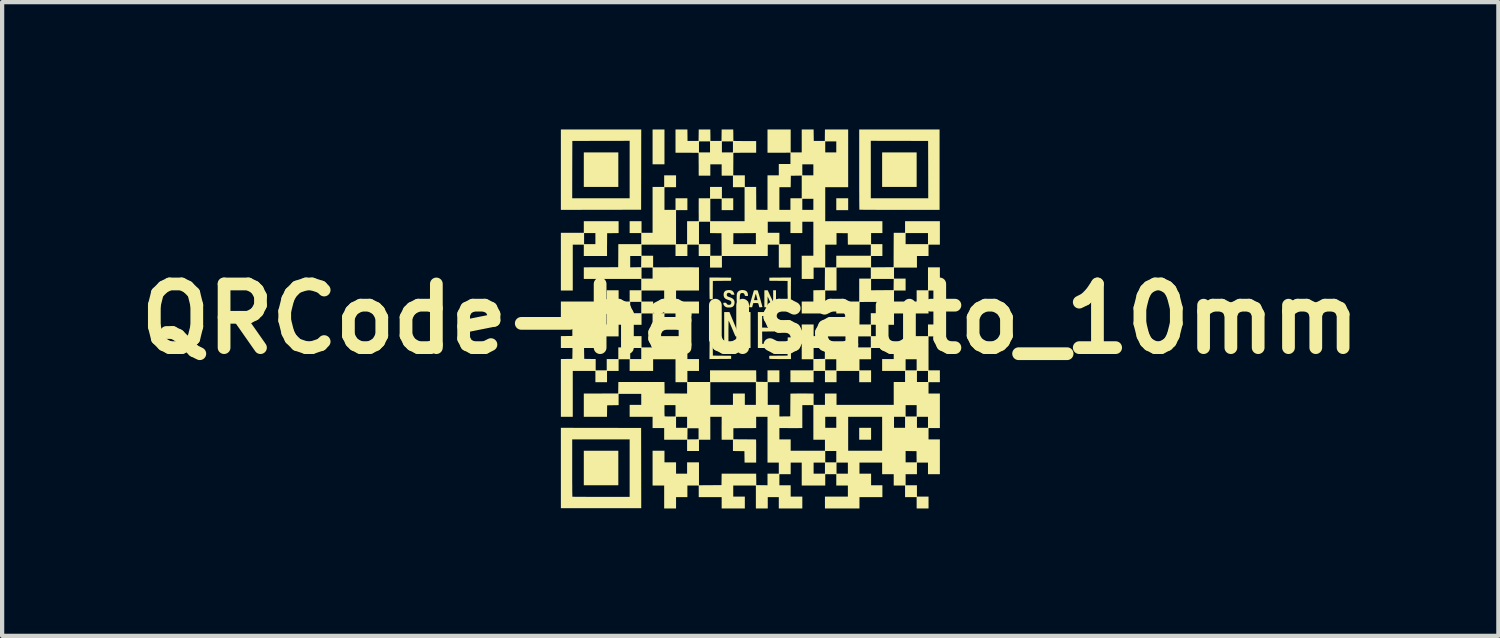
<source format=kicad_pcb>
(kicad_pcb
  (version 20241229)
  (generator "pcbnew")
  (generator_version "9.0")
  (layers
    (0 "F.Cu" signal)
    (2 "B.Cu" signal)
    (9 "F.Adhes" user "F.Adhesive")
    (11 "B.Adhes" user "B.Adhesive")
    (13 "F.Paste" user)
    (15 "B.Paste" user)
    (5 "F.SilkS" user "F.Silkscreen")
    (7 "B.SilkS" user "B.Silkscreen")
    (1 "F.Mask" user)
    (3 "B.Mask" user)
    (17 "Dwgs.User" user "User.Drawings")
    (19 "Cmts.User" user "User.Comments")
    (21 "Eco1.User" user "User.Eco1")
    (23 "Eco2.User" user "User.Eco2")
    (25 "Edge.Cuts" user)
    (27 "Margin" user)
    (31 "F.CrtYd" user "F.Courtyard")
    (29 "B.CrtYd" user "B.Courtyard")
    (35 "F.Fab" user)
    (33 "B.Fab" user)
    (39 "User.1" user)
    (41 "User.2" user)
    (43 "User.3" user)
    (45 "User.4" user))
  (footprint "QRCode-hausauto_10mm"
    (layer "F.Cu")
    (at 14.621 4.46)
    (property "Reference" "QRCode-hausauto_10mm" (at 0 0 0) (layer "F.SilkS") (effects (font (size 1.5 1.5) (thickness 0.3))))
    (attr board_only exclude_from_pos_files exclude_from_bom)
    (fp_poly (pts (xy -3.107 -3.513) (xy -3.107 -3.107) (xy -3.513 -3.107) (xy -3.92 -3.107) (xy -3.92 -3.513) (xy -3.92 -3.92) (xy -3.513 -3.92) (xy -3.107 -3.92)) (stroke (width 0) (type solid)) (fill yes) (layer "F.SilkS"))
    (fp_poly (pts (xy -3.107 3.513) (xy -3.107 3.92) (xy -3.513 3.92) (xy -3.92 3.92) (xy -3.92 3.513) (xy -3.92 3.107) (xy -3.513 3.107) (xy -3.107 3.107)) (stroke (width 0) (type solid)) (fill yes) (layer "F.SilkS"))
    (fp_poly (pts (xy -2.02 -4.05) (xy -2.02 -3.64) (xy -2.16 -3.64) (xy -2.3 -3.64) (xy -2.3 -4.05) (xy -2.3 -4.46) (xy -2.16 -4.46) (xy -2.02 -4.46)) (stroke (width 0) (type solid)) (fill yes) (layer "F.SilkS"))
    (fp_poly (pts (xy 2.307 -2.7) (xy 2.307 -2.56) (xy 2.167 -2.56) (xy 2.027 -2.56) (xy 2.027 -2.7) (xy 2.027 -2.84) (xy 2.167 -2.84) (xy 2.307 -2.84)) (stroke (width 0) (type solid)) (fill yes) (layer "F.SilkS"))
    (fp_poly (pts (xy 2.847 2.707) (xy 2.847 2.847) (xy 2.707 2.847) (xy 2.567 2.847) (xy 2.567 2.707) (xy 2.567 2.567) (xy 2.707 2.567) (xy 2.847 2.567)) (stroke (width 0) (type solid)) (fill yes) (layer "F.SilkS"))
    (fp_poly (pts (xy 3.92 -3.513) (xy 3.92 -3.107) (xy 3.513 -3.107) (xy 3.107 -3.107) (xy 3.107 -3.513) (xy 3.107 -3.92) (xy 3.513 -3.92) (xy 3.92 -3.92)) (stroke (width 0) (type solid)) (fill yes) (layer "F.SilkS"))
    (fp_poly (pts (xy -0.882 0.652) (xy -0.88 0.866) (xy -0.665 0.868) (xy -0.45 0.87) (xy -0.45 0.907) (xy -0.45 0.943) (xy -0.705 0.945) (xy -0.96 0.947) (xy -0.958 0.692) (xy -0.957 0.437) (xy -0.92 0.437) (xy -0.883 0.437)) (stroke (width 0) (type solid)) (fill yes) (layer "F.SilkS"))
    (fp_poly (pts (xy -2.568 -3.515) (xy -2.57 -2.57) (xy -3.515 -2.568) (xy -4.46 -2.567) (xy -4.46 -2.84) (xy -4.193 -2.84) (xy -3.517 -2.84) (xy -2.84 -2.84) (xy -2.84 -3.517) (xy -2.84 -4.193) (xy -3.515 -4.192) (xy -4.19 -4.19) (xy -4.192 -3.515) (xy -4.193 -2.84) (xy -4.46 -2.84) (xy -4.46 -3.513) (xy -4.46 -4.46) (xy -3.513 -4.46) (xy -2.567 -4.46)) (stroke (width 0) (type solid)) (fill yes) (layer "F.SilkS"))
    (fp_poly (pts (xy 0.958 -0.718) (xy 0.957 -0.463) (xy 0.923 -0.461) (xy 0.903 -0.461) (xy 0.889 -0.463) (xy 0.885 -0.464) (xy 0.884 -0.472) (xy 0.883 -0.491) (xy 0.882 -0.52) (xy 0.881 -0.558) (xy 0.88 -0.603) (xy 0.88 -0.653) (xy 0.88 -0.681) (xy 0.88 -0.893) (xy 0.665 -0.895) (xy 0.45 -0.897) (xy 0.45 -0.933) (xy 0.45 -0.97) (xy 0.705 -0.972) (xy 0.96 -0.973)) (stroke (width 0) (type solid)) (fill yes) (layer "F.SilkS"))
    (fp_poly (pts (xy -0.705 -0.972) (xy -0.45 -0.97) (xy -0.45 -0.933) (xy -0.45 -0.897) (xy -0.665 -0.895) (xy -0.88 -0.893) (xy -0.882 -0.678) (xy -0.883 -0.463) (xy -0.917 -0.461) (xy -0.937 -0.461) (xy -0.951 -0.463) (xy -0.955 -0.464) (xy -0.956 -0.472) (xy -0.957 -0.491) (xy -0.958 -0.521) (xy -0.959 -0.559) (xy -0.959 -0.605) (xy -0.96 -0.657) (xy -0.96 -0.713) (xy -0.96 -0.721) (xy -0.96 -0.973)) (stroke (width 0) (type solid)) (fill yes) (layer "F.SilkS"))
    (fp_poly (pts (xy 0.958 0.692) (xy 0.96 0.947) (xy 0.707 0.947) (xy 0.64 0.947) (xy 0.586 0.946) (xy 0.542 0.946) (xy 0.509 0.945) (xy 0.484 0.944) (xy 0.467 0.943) (xy 0.456 0.941) (xy 0.451 0.939) (xy 0.449 0.937) (xy 0.448 0.925) (xy 0.448 0.906) (xy 0.448 0.899) (xy 0.45 0.87) (xy 0.665 0.868) (xy 0.88 0.866) (xy 0.882 0.652) (xy 0.883 0.437) (xy 0.92 0.437) (xy 0.957 0.437)) (stroke (width 0) (type solid)) (fill yes) (layer "F.SilkS"))
    (fp_poly (pts (xy 0.613 -0.113) (xy 0.613 -0.067) (xy 0.447 -0.067) (xy 0.28 -0.067) (xy 0.28 0.07) (xy 0.28 0.206) (xy 0.425 0.208) (xy 0.57 0.21) (xy 0.57 0.253) (xy 0.57 0.297) (xy 0.425 0.298) (xy 0.28 0.3) (xy 0.282 0.445) (xy 0.283 0.59) (xy 0.452 0.592) (xy 0.62 0.594) (xy 0.62 0.64) (xy 0.62 0.687) (xy 0.4 0.687) (xy 0.18 0.687) (xy 0.18 0.263) (xy 0.18 -0.16) (xy 0.397 -0.16) (xy 0.613 -0.16)) (stroke (width 0) (type solid)) (fill yes) (layer "F.SilkS"))
    (fp_poly (pts (xy 0.47 -0.546) (xy 0.488 -0.508) (xy 0.504 -0.474) (xy 0.518 -0.447) (xy 0.528 -0.427) (xy 0.534 -0.417) (xy 0.535 -0.416) (xy 0.536 -0.421) (xy 0.538 -0.438) (xy 0.539 -0.464) (xy 0.54 -0.497) (xy 0.54 -0.537) (xy 0.54 -0.543) (xy 0.54 -0.673) (xy 0.573 -0.673) (xy 0.607 -0.673) (xy 0.607 -0.473) (xy 0.607 -0.273) (xy 0.568 -0.273) (xy 0.529 -0.273) (xy 0.47 -0.4) (xy 0.41 -0.527) (xy 0.408 -0.4) (xy 0.406 -0.273) (xy 0.37 -0.273) (xy 0.333 -0.273) (xy 0.333 -0.473) (xy 0.333 -0.673) (xy 0.372 -0.673) (xy 0.412 -0.673)) (stroke (width 0) (type solid)) (fill yes) (layer "F.SilkS"))
    (fp_poly (pts (xy -3.1 -2.16) (xy -3.1 -2.02) (xy -3.235 -2.018) (xy -3.37 -2.017) (xy -3.371 -1.883) (xy -3.372 -1.83) (xy -3.372 -1.769) (xy -3.373 -1.706) (xy -3.373 -1.647) (xy -3.373 -1.615) (xy -3.373 -1.48) (xy -3.647 -1.48) (xy -3.92 -1.48) (xy -3.92 -1.613) (xy -3.92 -1.747) (xy -4.05 -1.747) (xy -4.18 -1.747) (xy -4.18 -1.207) (xy -4.18 -0.667) (xy -4.32 -0.667) (xy -4.46 -0.667) (xy -4.46 -1.347) (xy -4.46 -2.02) (xy -3.913 -2.02) (xy -3.913 -1.89) (xy -3.913 -1.76) (xy -3.78 -1.76) (xy -3.647 -1.76) (xy -3.647 -1.89) (xy -3.647 -2.02) (xy -3.78 -2.02) (xy -3.913 -2.02) (xy -4.46 -2.02) (xy -4.46 -2.027) (xy -4.19 -2.027) (xy -3.92 -2.027) (xy -3.92 -2.163) (xy -3.92 -2.3) (xy -3.51 -2.3) (xy -3.1 -2.3)) (stroke (width 0) (type solid)) (fill yes) (layer "F.SilkS"))
    (fp_poly (pts (xy -3.515 2.568) (xy -2.57 2.57) (xy -2.568 3.515) (xy -2.567 4.46) (xy -3.513 4.46) (xy -4.46 4.46) (xy -4.46 3.513) (xy -4.46 2.84) (xy -4.193 2.84) (xy -4.193 3.512) (xy -4.193 3.606) (xy -4.193 3.696) (xy -4.193 3.781) (xy -4.193 3.86) (xy -4.192 3.933) (xy -4.192 3.999) (xy -4.192 4.056) (xy -4.191 4.105) (xy -4.19 4.143) (xy -4.19 4.17) (xy -4.189 4.186) (xy -4.189 4.189) (xy -4.182 4.19) (xy -4.162 4.19) (xy -4.131 4.191) (xy -4.089 4.191) (xy -4.038 4.192) (xy -3.977 4.192) (xy -3.909 4.192) (xy -3.834 4.193) (xy -3.752 4.193) (xy -3.665 4.193) (xy -3.574 4.193) (xy -3.512 4.193) (xy -2.84 4.193) (xy -2.84 3.517) (xy -2.84 2.84) (xy -3.517 2.84) (xy -4.193 2.84) (xy -4.46 2.84) (xy -4.46 2.567)) (stroke (width 0) (type solid)) (fill yes) (layer "F.SilkS"))
    (fp_poly (pts (xy 4.46 -3.513) (xy 4.46 -2.567) (xy 3.518 -2.567) (xy 3.407 -2.567) (xy 3.299 -2.567) (xy 3.196 -2.567) (xy 3.099 -2.567) (xy 3.007 -2.567) (xy 2.922 -2.568) (xy 2.844 -2.568) (xy 2.774 -2.568) (xy 2.714 -2.569) (xy 2.663 -2.569) (xy 2.622 -2.57) (xy 2.593 -2.57) (xy 2.576 -2.571) (xy 2.571 -2.571) (xy 2.571 -2.578) (xy 2.57 -2.598) (xy 2.57 -2.629) (xy 2.569 -2.672) (xy 2.569 -2.725) (xy 2.568 -2.787) (xy 2.568 -2.858) (xy 2.568 -2.938) (xy 2.567 -3.024) (xy 2.567 -3.117) (xy 2.567 -3.216) (xy 2.567 -3.32) (xy 2.567 -3.428) (xy 2.567 -3.518) (xy 2.567 -4.193) (xy 2.84 -4.193) (xy 2.84 -3.517) (xy 2.84 -2.84) (xy 3.517 -2.84) (xy 4.193 -2.84) (xy 4.192 -3.515) (xy 4.19 -4.19) (xy 3.515 -4.192) (xy 2.84 -4.193) (xy 2.567 -4.193) (xy 2.567 -4.46) (xy 3.513 -4.46) (xy 4.46 -4.46)) (stroke (width 0) (type solid)) (fill yes) (layer "F.SilkS"))
    (fp_poly (pts (xy -0.166 -0.678) (xy -0.124 -0.67) (xy -0.091 -0.653) (xy -0.069 -0.627) (xy -0.057 -0.593) (xy -0.055 -0.576) (xy -0.052 -0.54) (xy -0.089 -0.54) (xy -0.11 -0.54) (xy -0.122 -0.543) (xy -0.127 -0.549) (xy -0.13 -0.562) (xy -0.13 -0.563) (xy -0.14 -0.589) (xy -0.159 -0.604) (xy -0.185 -0.609) (xy -0.187 -0.609) (xy -0.207 -0.607) (xy -0.221 -0.601) (xy -0.223 -0.6) (xy -0.234 -0.585) (xy -0.241 -0.56) (xy -0.245 -0.523) (xy -0.246 -0.474) (xy -0.246 -0.473) (xy -0.245 -0.426) (xy -0.242 -0.39) (xy -0.236 -0.365) (xy -0.228 -0.348) (xy -0.222 -0.343) (xy -0.205 -0.336) (xy -0.182 -0.334) (xy -0.16 -0.336) (xy -0.157 -0.337) (xy -0.145 -0.347) (xy -0.134 -0.365) (xy -0.128 -0.385) (xy -0.127 -0.393) (xy -0.125 -0.401) (xy -0.12 -0.405) (xy -0.107 -0.406) (xy -0.088 -0.405) (xy -0.05 -0.403) (xy -0.052 -0.38) (xy -0.061 -0.338) (xy -0.079 -0.305) (xy -0.106 -0.282) (xy -0.122 -0.274) (xy -0.151 -0.267) (xy -0.186 -0.266) (xy -0.222 -0.27) (xy -0.253 -0.278) (xy -0.26 -0.282) (xy -0.279 -0.293) (xy -0.293 -0.306) (xy -0.303 -0.322) (xy -0.31 -0.344) (xy -0.315 -0.374) (xy -0.317 -0.413) (xy -0.319 -0.458) (xy -0.319 -0.506) (xy -0.318 -0.547) (xy -0.316 -0.577) (xy -0.313 -0.594) (xy -0.298 -0.628) (xy -0.272 -0.654) (xy -0.238 -0.671) (xy -0.197 -0.679)) (stroke (width 0) (type solid)) (fill yes) (layer "F.SilkS"))
    (fp_poly (pts (xy 0.152 -0.673) (xy 0.169 -0.67) (xy 0.176 -0.668) (xy 0.179 -0.66) (xy 0.185 -0.641) (xy 0.193 -0.613) (xy 0.204 -0.578) (xy 0.215 -0.538) (xy 0.228 -0.496) (xy 0.24 -0.452) (xy 0.252 -0.41) (xy 0.263 -0.37) (xy 0.273 -0.336) (xy 0.28 -0.308) (xy 0.285 -0.29) (xy 0.287 -0.282) (xy 0.282 -0.277) (xy 0.267 -0.274) (xy 0.25 -0.273) (xy 0.214 -0.273) (xy 0.207 -0.299) (xy 0.201 -0.322) (xy 0.196 -0.344) (xy 0.196 -0.345) (xy 0.192 -0.359) (xy 0.184 -0.367) (xy 0.169 -0.371) (xy 0.146 -0.373) (xy 0.117 -0.372) (xy 0.071 -0.37) (xy 0.058 -0.322) (xy 0.045 -0.273) (xy 0.009 -0.273) (xy -0.012 -0.274) (xy -0.022 -0.276) (xy -0.025 -0.281) (xy -0.024 -0.285) (xy -0.022 -0.294) (xy -0.016 -0.313) (xy -0.008 -0.342) (xy 0.002 -0.377) (xy 0.014 -0.418) (xy 0.02 -0.44) (xy 0.089 -0.44) (xy 0.131 -0.44) (xy 0.172 -0.44) (xy 0.153 -0.514) (xy 0.146 -0.543) (xy 0.139 -0.568) (xy 0.134 -0.585) (xy 0.132 -0.591) (xy 0.129 -0.586) (xy 0.124 -0.57) (xy 0.117 -0.547) (xy 0.109 -0.517) (xy 0.109 -0.517) (xy 0.089 -0.44) (xy 0.02 -0.44) (xy 0.026 -0.461) (xy 0.039 -0.506) (xy 0.052 -0.55) (xy 0.064 -0.591) (xy 0.074 -0.627) (xy 0.081 -0.652) (xy 0.085 -0.663) (xy 0.091 -0.67) (xy 0.101 -0.673) (xy 0.12 -0.673) (xy 0.13 -0.673)) (stroke (width 0) (type solid)) (fill yes) (layer "F.SilkS"))
    (fp_poly (pts (xy -0.454 -0.673) (xy -0.428 -0.664) (xy -0.428 -0.663) (xy -0.401 -0.64) (xy -0.383 -0.608) (xy -0.377 -0.588) (xy -0.372 -0.567) (xy -0.409 -0.567) (xy -0.431 -0.568) (xy -0.444 -0.571) (xy -0.447 -0.574) (xy -0.451 -0.583) (xy -0.462 -0.596) (xy -0.463 -0.597) (xy -0.484 -0.61) (xy -0.506 -0.614) (xy -0.527 -0.61) (xy -0.544 -0.597) (xy -0.553 -0.578) (xy -0.553 -0.571) (xy -0.551 -0.551) (xy -0.542 -0.536) (xy -0.525 -0.524) (xy -0.496 -0.513) (xy -0.495 -0.513) (xy -0.451 -0.497) (xy -0.418 -0.479) (xy -0.394 -0.46) (xy -0.379 -0.436) (xy -0.37 -0.408) (xy -0.37 -0.405) (xy -0.369 -0.375) (xy -0.375 -0.343) (xy -0.386 -0.315) (xy -0.399 -0.298) (xy -0.419 -0.282) (xy -0.441 -0.273) (xy -0.471 -0.268) (xy -0.503 -0.267) (xy -0.534 -0.268) (xy -0.558 -0.272) (xy -0.579 -0.281) (xy -0.58 -0.282) (xy -0.606 -0.302) (xy -0.625 -0.328) (xy -0.633 -0.357) (xy -0.633 -0.362) (xy -0.632 -0.372) (xy -0.628 -0.378) (xy -0.615 -0.38) (xy -0.6 -0.38) (xy -0.579 -0.379) (xy -0.568 -0.375) (xy -0.562 -0.367) (xy -0.561 -0.365) (xy -0.546 -0.344) (xy -0.524 -0.332) (xy -0.496 -0.329) (xy -0.476 -0.333) (xy -0.458 -0.344) (xy -0.448 -0.361) (xy -0.445 -0.388) (xy -0.445 -0.39) (xy -0.45 -0.409) (xy -0.465 -0.424) (xy -0.49 -0.437) (xy -0.512 -0.444) (xy -0.557 -0.46) (xy -0.59 -0.479) (xy -0.611 -0.503) (xy -0.623 -0.533) (xy -0.627 -0.566) (xy -0.623 -0.605) (xy -0.61 -0.635) (xy -0.587 -0.657) (xy -0.582 -0.661) (xy -0.556 -0.671) (xy -0.523 -0.677) (xy -0.487 -0.678)) (stroke (width 0) (type solid)) (fill yes) (layer "F.SilkS"))
    (fp_poly (pts (xy -0.4 0.057) (xy -0.379 0.108) (xy -0.359 0.155) (xy -0.342 0.197) (xy -0.327 0.233) (xy -0.315 0.26) (xy -0.307 0.278) (xy -0.304 0.284) (xy -0.3 0.284) (xy -0.295 0.276) (xy -0.286 0.26) (xy -0.274 0.235) (xy -0.259 0.201) (xy -0.24 0.155) (xy -0.221 0.108) (xy -0.2 0.059) (xy -0.181 0.012) (xy -0.163 -0.031) (xy -0.148 -0.068) (xy -0.135 -0.097) (xy -0.127 -0.116) (xy -0.126 -0.118) (xy -0.107 -0.16) (xy -0.05 -0.16) (xy 0.007 -0.16) (xy 0.007 0.263) (xy 0.007 0.687) (xy -0.043 0.687) (xy -0.093 0.687) (xy -0.094 0.355) (xy -0.094 0.279) (xy -0.094 0.216) (xy -0.095 0.164) (xy -0.095 0.123) (xy -0.096 0.091) (xy -0.097 0.068) (xy -0.098 0.053) (xy -0.099 0.043) (xy -0.101 0.04) (xy -0.103 0.042) (xy -0.103 0.043) (xy -0.108 0.055) (xy -0.118 0.076) (xy -0.131 0.107) (xy -0.146 0.144) (xy -0.164 0.187) (xy -0.184 0.232) (xy -0.185 0.237) (xy -0.258 0.41) (xy -0.303 0.412) (xy -0.347 0.414) (xy -0.364 0.375) (xy -0.372 0.358) (xy -0.384 0.33) (xy -0.398 0.295) (xy -0.415 0.255) (xy -0.433 0.212) (xy -0.441 0.193) (xy -0.459 0.152) (xy -0.474 0.115) (xy -0.488 0.084) (xy -0.499 0.061) (xy -0.505 0.047) (xy -0.507 0.044) (xy -0.509 0.049) (xy -0.51 0.066) (xy -0.511 0.095) (xy -0.512 0.135) (xy -0.512 0.185) (xy -0.513 0.244) (xy -0.513 0.31) (xy -0.513 0.362) (xy -0.513 0.687) (xy -0.563 0.687) (xy -0.613 0.687) (xy -0.613 0.263) (xy -0.613 -0.16) (xy -0.552 -0.16) (xy -0.49 -0.16)) (stroke (width 0) (type solid)) (fill yes) (layer "F.SilkS"))
    (fp_poly (pts (xy -1.478 -4.325) (xy -1.477 -4.19) (xy -1.347 -4.19) (xy -1.217 -4.19) (xy -1.215 -4.325) (xy -1.213 -4.46) (xy -1.077 -4.46) (xy -0.94 -4.46) (xy -0.938 -4.325) (xy -0.937 -4.19) (xy -0.807 -4.19) (xy -0.677 -4.19) (xy -0.675 -4.325) (xy -0.673 -4.46) (xy -0.537 -4.46) (xy -0.4 -4.46) (xy -0.398 -4.325) (xy -0.397 -4.19) (xy -0.263 -4.189) (xy -0.21 -4.188) (xy -0.149 -4.188) (xy -0.086 -4.187) (xy -0.027 -4.187) (xy 0.005 -4.187) (xy 0.14 -4.187) (xy 0.14 -4.05) (xy 0.14 -3.913) (xy 0.005 -3.913) (xy -0.049 -3.913) (xy -0.11 -3.913) (xy -0.173 -3.912) (xy -0.232 -3.912) (xy -0.263 -3.911) (xy -0.397 -3.91) (xy -0.398 -3.645) (xy -0.4 -3.38) (xy -0.263 -3.38) (xy -0.127 -3.38) (xy -0.127 -3.243) (xy -0.127 -3.107) (xy 0.007 -3.107) (xy 0.14 -3.107) (xy 0.14 -2.972) (xy 0.141 -2.918) (xy 0.141 -2.857) (xy 0.141 -2.794) (xy 0.142 -2.735) (xy 0.142 -2.703) (xy 0.143 -2.57) (xy 0.275 -2.568) (xy 0.407 -2.566) (xy 0.407 -2.567) (xy 0.687 -2.567) (xy 0.817 -2.567) (xy 0.947 -2.567) (xy 0.947 -2.703) (xy 0.947 -2.827) (xy 1.227 -2.827) (xy 1.227 -2.697) (xy 1.227 -2.567) (xy 1.357 -2.567) (xy 1.487 -2.567) (xy 1.487 -2.697) (xy 1.487 -2.827) (xy 1.357 -2.827) (xy 1.227 -2.827) (xy 0.947 -2.827) (xy 0.947 -2.84) (xy 1.08 -2.84) (xy 1.213 -2.84) (xy 1.213 -3.107) (xy 1.213 -3.374) (xy 1.085 -3.372) (xy 0.957 -3.37) (xy 0.955 -3.235) (xy 0.953 -3.1) (xy 0.82 -3.1) (xy 0.687 -3.1) (xy 0.687 -2.833) (xy 0.687 -2.567) (xy 0.407 -2.567) (xy 0.407 -2.973) (xy 0.407 -3.38) (xy 0.54 -3.38) (xy 0.673 -3.38) (xy 0.673 -3.513) (xy 0.673 -3.64) (xy 1.227 -3.64) (xy 1.227 -3.51) (xy 1.227 -3.38) (xy 1.357 -3.38) (xy 1.487 -3.38) (xy 1.487 -3.51) (xy 1.487 -3.64) (xy 1.357 -3.64) (xy 1.227 -3.64) (xy 0.673 -3.64) (xy 0.673 -3.647) (xy 0.81 -3.647) (xy 0.947 -3.647) (xy 0.947 -3.78) (xy 0.947 -3.914) (xy 0.812 -3.913) (xy 0.758 -3.913) (xy 0.696 -3.913) (xy 0.633 -3.913) (xy 0.573 -3.913) (xy 0.542 -3.913) (xy 0.407 -3.913) (xy 0.407 -4.187) (xy 0.407 -4.46) (xy 0.68 -4.46) (xy 0.953 -4.46) (xy 0.953 -4.19) (xy 0.953 -3.92) (xy 1.083 -3.92) (xy 1.213 -3.92) (xy 1.213 -4.18) (xy 1.767 -4.18) (xy 1.767 -4.05) (xy 1.767 -3.92) (xy 1.897 -3.92) (xy 2.027 -3.92) (xy 2.027 -4.05) (xy 2.027 -4.18) (xy 1.897 -4.18) (xy 1.767 -4.18) (xy 1.213 -4.18) (xy 1.213 -4.19) (xy 1.213 -4.46) (xy 1.353 -4.46) (xy 1.493 -4.46) (xy 1.495 -4.325) (xy 1.497 -4.19) (xy 1.627 -4.19) (xy 1.757 -4.19) (xy 1.758 -4.325) (xy 1.76 -4.46) (xy 2.033 -4.46) (xy 2.307 -4.46) (xy 2.307 -3.78) (xy 2.307 -3.1) (xy 2.037 -3.1) (xy 1.767 -3.1) (xy 1.767 -2.7) (xy 1.767 -2.3) (xy 2.44 -2.3) (xy 3.113 -2.3) (xy 3.113 -2.16) (xy 3.113 -2.02) (xy 2.98 -2.02) (xy 2.847 -2.02) (xy 2.847 -1.89) (xy 2.847 -1.76) (xy 2.98 -1.76) (xy 3.113 -1.76) (xy 3.113 -1.62) (xy 3.113 -1.48) (xy 2.98 -1.48) (xy 2.847 -1.48) (xy 2.847 -1.347) (xy 2.847 -1.213) (xy 3.112 -1.215) (xy 3.377 -1.217) (xy 3.378 -1.622) (xy 3.38 -2.02) (xy 3.66 -2.02) (xy 3.66 -1.89) (xy 3.66 -1.76) (xy 3.923 -1.76) (xy 4.187 -1.76) (xy 4.187 -1.89) (xy 4.187 -2.02) (xy 3.923 -2.02) (xy 3.66 -2.02) (xy 3.38 -2.02) (xy 3.38 -2.027) (xy 3.513 -2.027) (xy 3.647 -2.027) (xy 3.647 -2.163) (xy 3.647 -2.3) (xy 4.057 -2.3) (xy 4.467 -2.3) (xy 4.467 -2.023) (xy 4.467 -1.747) (xy 4.333 -1.747) (xy 4.2 -1.747) (xy 4.2 -1.613) (xy 4.2 -1.48) (xy 4.063 -1.48) (xy 3.927 -1.48) (xy 3.927 -1.343) (xy 3.927 -1.207) (xy 3.657 -1.207) (xy 3.387 -1.207) (xy 3.387 -1.077) (xy 3.387 -0.947) (xy 3.523 -0.947) (xy 3.66 -0.947) (xy 3.66 -0.807) (xy 3.66 -0.667) (xy 3.523 -0.667) (xy 3.387 -0.667) (xy 3.387 -0.537) (xy 3.387 -0.407) (xy 3.653 -0.407) (xy 3.92 -0.407) (xy 3.92 -0.54) (xy 3.92 -0.673) (xy 4.053 -0.673) (xy 4.187 -0.673) (xy 4.187 -0.943) (xy 4.187 -1.213) (xy 4.327 -1.213) (xy 4.467 -1.213) (xy 4.467 -0.94) (xy 4.467 -0.667) (xy 4.333 -0.667) (xy 4.2 -0.667) (xy 4.2 -0.397) (xy 4.2 -0.127) (xy 3.793 -0.127) (xy 3.387 -0.127) (xy 3.387 0.007) (xy 3.387 0.14) (xy 3.252 0.14) (xy 3.198 0.14) (xy 3.136 0.14) (xy 3.073 0.14) (xy 3.013 0.14) (xy 2.982 0.14) (xy 2.847 0.139) (xy 2.847 0.273) (xy 2.847 0.407) (xy 2.98 0.407) (xy 3.113 0.407) (xy 3.113 0.547) (xy 3.113 0.687) (xy 2.98 0.687) (xy 2.847 0.687) (xy 2.847 0.82) (xy 2.847 0.953) (xy 2.71 0.953) (xy 2.573 0.953) (xy 2.573 1.083) (xy 2.573 1.213) (xy 2.71 1.213) (xy 2.847 1.213) (xy 2.847 1.353) (xy 2.847 1.493) (xy 2.707 1.493) (xy 2.567 1.493) (xy 2.567 1.36) (xy 2.567 1.227) (xy 2.3 1.227) (xy 2.033 1.227) (xy 2.033 1.36) (xy 2.033 1.493) (xy 1.897 1.493) (xy 1.76 1.493) (xy 1.76 1.36) (xy 1.76 1.227) (xy 1.627 1.227) (xy 1.493 1.227) (xy 1.493 1.36) (xy 1.493 1.493) (xy 1.22 1.493) (xy 0.947 1.493) (xy 0.947 1.353) (xy 0.947 1.213) (xy 1.217 1.213) (xy 1.487 1.213) (xy 1.487 1.083) (xy 1.487 0.953) (xy 1.767 0.953) (xy 1.767 1.083) (xy 1.767 1.213) (xy 1.897 1.213) (xy 2.027 1.213) (xy 2.027 1.083) (xy 2.027 0.953) (xy 1.897 0.953) (xy 1.767 0.953) (xy 1.487 0.953) (xy 1.35 0.953) (xy 1.213 0.953) (xy 1.213 0.687) (xy 1.493 0.687) (xy 1.493 0.817) (xy 1.493 0.947) (xy 1.625 0.945) (xy 1.757 0.943) (xy 1.758 0.815) (xy 1.76 0.687) (xy 1.627 0.687) (xy 1.493 0.687) (xy 1.213 0.687) (xy 1.213 0.543) (xy 1.213 0.413) (xy 1.767 0.413) (xy 1.767 0.543) (xy 1.767 0.673) (xy 2.303 0.673) (xy 2.84 0.673) (xy 2.84 0.543) (xy 2.84 0.413) (xy 2.303 0.413) (xy 1.767 0.413) (xy 1.213 0.413) (xy 1.213 0.133) (xy 1.353 0.133) (xy 1.493 0.133) (xy 1.493 0.27) (xy 1.493 0.407) (xy 1.625 0.405) (xy 1.757 0.403) (xy 1.758 0.268) (xy 1.76 0.133) (xy 2.03 0.133) (xy 2.3 0.133) (xy 2.573 0.133) (xy 2.707 0.133) (xy 2.84 0.133) (xy 2.84 0) (xy 2.84 -0.133) (xy 2.973 -0.133) (xy 3.107 -0.133) (xy 3.107 -0.267) (xy 3.107 -0.4) (xy 2.842 -0.398) (xy 2.577 -0.397) (xy 2.575 -0.132) (xy 2.573 0.133) (xy 2.3 0.133) (xy 2.3 0.003) (xy 2.3 -0.127) (xy 2.163 -0.127) (xy 2.027 -0.127) (xy 2.027 -0.267) (xy 2.027 -0.407) (xy 2.297 -0.407) (xy 2.567 -0.407) (xy 2.567 -0.677) (xy 2.567 -0.94) (xy 2.847 -0.94) (xy 2.847 -0.807) (xy 2.847 -0.673) (xy 3.112 -0.675) (xy 3.377 -0.677) (xy 3.378 -0.808) (xy 3.38 -0.94) (xy 3.113 -0.94) (xy 2.847 -0.94) (xy 2.567 -0.94) (xy 2.567 -0.947) (xy 2.703 -0.947) (xy 2.84 -0.947) (xy 2.84 -1.077) (xy 2.84 -1.207) (xy 2.437 -1.207) (xy 2.033 -1.207) (xy 2.033 -0.937) (xy 2.033 -0.667) (xy 1.9 -0.667) (xy 1.767 -0.667) (xy 1.767 -0.397) (xy 1.767 -0.127) (xy 1.49 -0.127) (xy 1.213 -0.127) (xy 1.213 -0.267) (xy 1.213 -0.407) (xy 1.35 -0.407) (xy 1.487 -0.407) (xy 1.487 -0.54) (xy 1.487 -0.673) (xy 1.622 -0.675) (xy 1.757 -0.677) (xy 1.758 -0.942) (xy 1.76 -1.207) (xy 1.627 -1.207) (xy 1.493 -1.207) (xy 1.493 -1.073) (xy 1.493 -0.94) (xy 1.353 -0.94) (xy 1.213 -0.94) (xy 1.213 -1.213) (xy 1.767 -1.213) (xy 1.897 -1.213) (xy 2.027 -1.213) (xy 2.027 -1.35) (xy 2.027 -1.487) (xy 2.433 -1.487) (xy 2.84 -1.487) (xy 2.84 -1.617) (xy 2.84 -1.747) (xy 2.57 -1.747) (xy 2.3 -1.747) (xy 2.298 -1.882) (xy 2.297 -2.017) (xy 2.165 -2.018) (xy 2.033 -2.02) (xy 2.033 -1.883) (xy 2.033 -1.747) (xy 1.9 -1.747) (xy 1.767 -1.747) (xy 1.767 -1.48) (xy 1.767 -1.213) (xy 1.213 -1.213) (xy 1.213 -1.487) (xy 1.35 -1.487) (xy 1.487 -1.487) (xy 1.487 -1.887) (xy 1.487 -2.287) (xy 1.357 -2.287) (xy 1.227 -2.287) (xy 1.227 -2.153) (xy 1.227 -2.02) (xy 1.087 -2.02) (xy 0.947 -2.02) (xy 0.947 -2.153) (xy 0.947 -2.287) (xy 0.68 -2.287) (xy 0.413 -2.287) (xy 0.413 -2.157) (xy 0.413 -2.027) (xy 0.55 -2.027) (xy 0.687 -2.027) (xy 0.687 -1.893) (xy 0.687 -1.76) (xy 0.82 -1.76) (xy 0.953 -1.76) (xy 0.953 -1.483) (xy 0.953 -1.207) (xy 0.813 -1.207) (xy 0.673 -1.207) (xy 0.673 -1.477) (xy 0.673 -1.747) (xy 0.543 -1.747) (xy 0.413 -1.747) (xy 0.413 -1.613) (xy 0.413 -1.48) (xy -0.127 -1.48) (xy -0.667 -1.48) (xy -0.667 -1.343) (xy -0.667 -1.207) (xy -0.807 -1.207) (xy -0.947 -1.207) (xy -0.947 -1.343) (xy -0.947 -1.48) (xy -1.08 -1.48) (xy -1.213 -1.48) (xy -1.213 -1.613) (xy -1.213 -1.747) (xy -1.347 -1.747) (xy -1.48 -1.747) (xy -1.48 -1.613) (xy -1.48 -1.48) (xy -1.62 -1.48) (xy -1.76 -1.48) (xy -1.76 -1.613) (xy -1.76 -1.747) (xy -2.16 -1.747) (xy -2.56 -1.747) (xy -2.56 -1.617) (xy -2.56 -1.487) (xy -2.423 -1.487) (xy -2.287 -1.487) (xy -2.287 -1.35) (xy -2.287 -1.213) (xy -1.882 -1.214) (xy -1.804 -1.214) (xy -1.727 -1.214) (xy -1.652 -1.214) (xy -1.58 -1.214) (xy -1.514 -1.214) (xy -1.454 -1.214) (xy -1.404 -1.214) (xy -1.363 -1.214) (xy -1.342 -1.214) (xy -1.207 -1.213) (xy -1.207 -0.94) (xy -1.207 -0.667) (xy -1.477 -0.667) (xy -1.747 -0.667) (xy -1.747 -0.537) (xy -1.747 -0.407) (xy -1.477 -0.407) (xy -1.207 -0.407) (xy -1.207 -0.267) (xy -1.207 -0.127) (xy -1.343 -0.127) (xy -1.48 -0.127) (xy -1.48 0.007) (xy -1.48 0.14) (xy -1.62 0.14) (xy -1.76 0.14) (xy -1.76 0.007) (xy -1.76 -0.127) (xy -1.89 -0.127) (xy -2.02 -0.127) (xy -2.02 0.007) (xy -2.02 0.14) (xy -2.16 0.14) (xy -2.3 0.14) (xy -2.3 0.007) (xy -2.3 -0.127) (xy -2.43 -0.127) (xy -2.56 -0.127) (xy -2.56 0.007) (xy -2.56 0.14) (xy -2.695 0.14) (xy -2.749 0.14) (xy -2.811 0.14) (xy -2.874 0.14) (xy -2.933 0.14) (xy -2.965 0.14) (xy -3.1 0.139) (xy -3.1 0.276) (xy -3.1 0.413) (xy -3.37 0.413) (xy -3.64 0.413) (xy -3.64 0.55) (xy -3.64 0.687) (xy -3.777 0.687) (xy -3.914 0.687) (xy -3.912 0.815) (xy -3.91 0.943) (xy -3.775 0.945) (xy -3.64 0.947) (xy -3.64 1.08) (xy -3.64 1.213) (xy -3.51 1.213) (xy -3.38 1.213) (xy -3.38 1.08) (xy -3.38 0.947) (xy -3.243 0.947) (xy -3.107 0.947) (xy -3.107 0.81) (xy -3.107 0.687) (xy -2.827 0.687) (xy -2.827 0.817) (xy -2.827 0.947) (xy -2.697 0.947) (xy -2.567 0.947) (xy -2.567 0.817) (xy -2.567 0.687) (xy -2.697 0.687) (xy -2.827 0.687) (xy -3.107 0.687) (xy -3.107 0.673) (xy -2.973 0.673) (xy -2.84 0.673) (xy -2.84 0.54) (xy -2.84 0.407) (xy -2.7 0.407) (xy -2.56 0.407) (xy -2.56 0.54) (xy -2.56 0.673) (xy -2.43 0.673) (xy -2.3 0.673) (xy -2.3 0.54) (xy -2.3 0.407) (xy -1.89 0.407) (xy -1.48 0.407) (xy -1.48 0.677) (xy -1.48 0.947) (xy -1.343 0.947) (xy -1.207 0.947) (xy -1.207 1.087) (xy -1.207 1.227) (xy -1.343 1.227) (xy -1.48 1.227) (xy -1.48 1.357) (xy -1.48 1.487) (xy -1.213 1.487) (xy -0.947 1.487) (xy -0.947 1.35) (xy -0.947 1.213) (xy -0.403 1.213) (xy 0.14 1.213) (xy 0.142 1.348) (xy 0.143 1.483) (xy 0.275 1.485) (xy 0.407 1.487) (xy 0.407 1.35) (xy 0.407 1.213) (xy 0.547 1.213) (xy 0.687 1.213) (xy 0.687 1.353) (xy 0.687 1.493) (xy 0.55 1.493) (xy 0.413 1.493) (xy 0.413 1.76) (xy 0.413 2.027) (xy 0.55 2.027) (xy 0.687 2.027) (xy 0.687 2.163) (xy 0.687 2.3) (xy 0.815 2.298) (xy 0.943 2.297) (xy 0.945 2.029) (xy 0.947 1.761) (xy 1.083 1.759) (xy 1.138 1.758) (xy 1.2 1.758) (xy 1.263 1.758) (xy 1.323 1.758) (xy 1.357 1.759) (xy 1.493 1.761) (xy 1.493 1.894) (xy 1.493 2.027) (xy 1.627 2.027) (xy 1.76 2.027) (xy 1.76 1.893) (xy 1.76 1.76) (xy 1.897 1.76) (xy 2.033 1.76) (xy 2.033 1.893) (xy 2.033 2.027) (xy 2.707 2.027) (xy 3.38 2.027) (xy 3.38 1.757) (xy 3.38 1.487) (xy 3.513 1.487) (xy 3.647 1.487) (xy 3.647 1.357) (xy 3.647 1.227) (xy 3.927 1.227) (xy 3.927 1.357) (xy 3.927 1.487) (xy 4.057 1.487) (xy 4.187 1.487) (xy 4.187 1.357) (xy 4.187 1.227) (xy 4.057 1.227) (xy 3.927 1.227) (xy 3.647 1.227) (xy 3.377 1.227) (xy 3.107 1.227) (xy 3.107 1.087) (xy 3.107 0.953) (xy 3.66 0.953) (xy 3.66 1.083) (xy 3.66 1.213) (xy 3.79 1.213) (xy 3.92 1.213) (xy 3.92 1.083) (xy 3.92 0.953) (xy 3.79 0.953) (xy 3.66 0.953) (xy 3.107 0.953) (xy 3.107 0.947) (xy 3.243 0.947) (xy 3.38 0.947) (xy 3.38 0.81) (xy 3.38 0.673) (xy 3.513 0.673) (xy 3.647 0.673) (xy 3.647 0.54) (xy 3.647 0.407) (xy 3.917 0.407) (xy 4.187 0.407) (xy 4.187 0.27) (xy 4.187 0.133) (xy 4.327 0.133) (xy 4.467 0.133) (xy 4.467 0.273) (xy 4.467 0.413) (xy 4.333 0.413) (xy 4.2 0.413) (xy 4.2 0.813) (xy 4.2 1.213) (xy 4.333 1.213) (xy 4.467 1.213) (xy 4.467 1.353) (xy 4.467 1.493) (xy 4.333 1.493) (xy 4.2 1.493) (xy 4.2 1.627) (xy 4.2 1.76) (xy 4.333 1.76) (xy 4.467 1.76) (xy 4.467 2.167) (xy 4.467 2.573) (xy 4.333 2.573) (xy 4.2 2.573) (xy 4.2 2.707) (xy 4.2 2.84) (xy 4.333 2.84) (xy 4.467 2.84) (xy 4.467 3.25) (xy 4.467 3.66) (xy 4.327 3.66) (xy 4.187 3.66) (xy 4.187 3.523) (xy 4.187 3.387) (xy 4.057 3.387) (xy 3.927 3.387) (xy 3.927 3.523) (xy 3.927 3.66) (xy 3.793 3.66) (xy 3.66 3.66) (xy 3.66 3.79) (xy 3.66 3.92) (xy 3.793 3.92) (xy 3.927 3.92) (xy 3.927 4.053) (xy 3.927 4.187) (xy 4.063 4.187) (xy 4.2 4.187) (xy 4.2 4.327) (xy 4.2 4.467) (xy 4.06 4.467) (xy 3.92 4.467) (xy 3.92 4.333) (xy 3.92 4.2) (xy 3.783 4.2) (xy 3.647 4.2) (xy 3.647 4.063) (xy 3.647 3.927) (xy 3.513 3.927) (xy 3.38 3.927) (xy 3.38 3.793) (xy 3.38 3.66) (xy 3.243 3.66) (xy 3.107 3.66) (xy 3.107 3.523) (xy 3.107 3.387) (xy 2.84 3.387) (xy 2.573 3.387) (xy 2.573 3.517) (xy 2.573 3.647) (xy 2.71 3.647) (xy 2.847 3.647) (xy 2.847 3.783) (xy 2.847 3.92) (xy 2.98 3.92) (xy 3.113 3.92) (xy 3.113 4.06) (xy 3.113 4.2) (xy 2.843 4.2) (xy 2.573 4.2) (xy 2.573 4.333) (xy 2.573 4.467) (xy 2.167 4.467) (xy 1.76 4.467) (xy 1.76 4.327) (xy 1.76 4.187) (xy 2.03 4.187) (xy 2.3 4.187) (xy 2.3 4.057) (xy 2.3 3.927) (xy 2.163 3.927) (xy 2.027 3.927) (xy 2.027 3.793) (xy 2.027 3.66) (xy 1.897 3.66) (xy 1.767 3.66) (xy 1.767 3.793) (xy 1.767 3.927) (xy 1.49 3.927) (xy 1.213 3.927) (xy 1.213 3.657) (xy 1.213 3.387) (xy 1.493 3.387) (xy 1.493 3.517) (xy 1.493 3.647) (xy 1.627 3.647) (xy 1.76 3.647) (xy 1.76 3.517) (xy 1.76 3.387) (xy 2.033 3.387) (xy 2.033 3.517) (xy 2.033 3.647) (xy 2.167 3.647) (xy 2.3 3.647) (xy 2.3 3.517) (xy 2.3 3.387) (xy 2.167 3.387) (xy 2.033 3.387) (xy 1.76 3.387) (xy 1.627 3.387) (xy 1.493 3.387) (xy 1.213 3.387) (xy 1.083 3.387) (xy 0.953 3.387) (xy 0.953 3.523) (xy 0.953 3.66) (xy 0.82 3.66) (xy 0.687 3.66) (xy 0.687 3.79) (xy 0.687 3.92) (xy 0.82 3.92) (xy 0.953 3.92) (xy 0.953 4.053) (xy 0.953 4.187) (xy 1.09 4.187) (xy 1.227 4.187) (xy 1.227 4.327) (xy 1.227 4.467) (xy 0.95 4.467) (xy 0.673 4.467) (xy 0.673 4.333) (xy 0.673 4.2) (xy 0.543 4.2) (xy 0.413 4.2) (xy 0.413 4.333) (xy 0.413 4.467) (xy 0.273 4.467) (xy 0.133 4.467) (xy 0.133 4.197) (xy 0.133 3.927) (xy -0.133 3.927) (xy -0.4 3.927) (xy -0.4 4.057) (xy -0.4 4.187) (xy -0.263 4.187) (xy -0.127 4.187) (xy -0.127 4.327) (xy -0.127 4.467) (xy -0.4 4.467) (xy -0.673 4.467) (xy -0.673 4.333) (xy -0.673 4.2) (xy -0.943 4.2) (xy -1.213 4.2) (xy -1.213 4.063) (xy -1.213 3.927) (xy -1.347 3.927) (xy -1.48 3.927) (xy -1.48 4.063) (xy -1.48 4.2) (xy -1.613 4.2) (xy -1.747 4.2) (xy -1.747 4.333) (xy -1.747 4.467) (xy -1.887 4.467) (xy -2.027 4.467) (xy -2.027 4.197) (xy -2.027 3.927) (xy -2.163 3.927) (xy -2.3 3.927) (xy -2.3 3.517) (xy -2.3 3.107) (xy -2.16 3.107) (xy -2.02 3.107) (xy -2.02 3.243) (xy -2.02 3.38) (xy -1.883 3.38) (xy -1.747 3.38) (xy -1.747 3.513) (xy -1.747 3.647) (xy -1.617 3.647) (xy -1.487 3.647) (xy -1.487 3.513) (xy -1.487 3.38) (xy -1.347 3.38) (xy -1.207 3.38) (xy -1.207 3.65) (xy -1.207 3.92) (xy -0.942 3.918) (xy -0.677 3.917) (xy -0.675 3.782) (xy -0.673 3.647) (xy -0.267 3.647) (xy 0.14 3.647) (xy 0.142 3.782) (xy 0.143 3.917) (xy 0.275 3.918) (xy 0.407 3.92) (xy 0.407 3.783) (xy 0.407 3.647) (xy 0.54 3.647) (xy 0.673 3.647) (xy 0.673 3.517) (xy 0.673 3.387) (xy 0.54 3.387) (xy 0.407 3.387) (xy 0.407 3.113) (xy 1.767 3.113) (xy 1.767 3.247) (xy 1.767 3.38) (xy 1.897 3.38) (xy 2.027 3.38) (xy 2.027 3.247) (xy 2.027 3.113) (xy 1.897 3.113) (xy 1.767 3.113) (xy 0.407 3.113) (xy 0.407 3.113) (xy 3.66 3.113) (xy 3.66 3.247) (xy 3.66 3.38) (xy 3.79 3.38) (xy 3.92 3.38) (xy 3.918 3.248) (xy 3.917 3.117) (xy 3.788 3.115) (xy 3.66 3.113) (xy 0.407 3.113) (xy 0.407 2.847) (xy 0.407 2.84) (xy 0.687 2.84) (xy 0.82 2.84) (xy 0.953 2.84) (xy 0.953 2.973) (xy 0.953 3.107) (xy 1.357 3.107) (xy 1.76 3.107) (xy 1.76 2.977) (xy 1.76 2.847) (xy 1.623 2.847) (xy 1.487 2.847) (xy 1.487 2.44) (xy 1.487 2.307) (xy 1.767 2.307) (xy 1.767 2.437) (xy 1.767 2.567) (xy 1.897 2.567) (xy 2.027 2.567) (xy 2.027 2.437) (xy 2.027 2.307) (xy 2.307 2.307) (xy 2.307 2.707) (xy 2.307 3.107) (xy 2.707 3.107) (xy 3.107 3.107) (xy 3.107 2.707) (xy 3.107 2.307) (xy 3.387 2.307) (xy 3.387 2.437) (xy 3.387 2.567) (xy 3.517 2.567) (xy 3.647 2.567) (xy 3.647 2.437) (xy 3.647 2.307) (xy 3.927 2.307) (xy 3.927 2.437) (xy 3.927 2.567) (xy 4.057 2.567) (xy 4.187 2.567) (xy 4.187 2.437) (xy 4.187 2.307) (xy 4.057 2.307) (xy 3.927 2.307) (xy 3.647 2.307) (xy 3.517 2.307) (xy 3.387 2.307) (xy 3.107 2.307) (xy 2.707 2.307) (xy 2.307 2.307) (xy 2.027 2.307) (xy 1.897 2.307) (xy 1.767 2.307) (xy 1.487 2.307) (xy 1.487 2.033) (xy 3.66 2.033) (xy 3.66 2.167) (xy 3.66 2.3) (xy 3.79 2.3) (xy 3.92 2.3) (xy 3.92 2.167) (xy 3.92 2.033) (xy 3.79 2.033) (xy 3.66 2.033) (xy 1.487 2.033) (xy 1.357 2.033) (xy 1.227 2.033) (xy 1.227 2.303) (xy 1.227 2.573) (xy 1.088 2.574) (xy 1.035 2.574) (xy 0.974 2.574) (xy 0.912 2.574) (xy 0.854 2.573) (xy 0.818 2.573) (xy 0.687 2.573) (xy 0.687 2.706) (xy 0.687 2.84) (xy 0.407 2.84) (xy 0.407 2.307) (xy 0.273 2.307) (xy 0.14 2.307) (xy 0.14 2.44) (xy 0.14 2.573) (xy 0.005 2.574) (xy -0.049 2.574) (xy -0.11 2.574) (xy -0.173 2.575) (xy -0.232 2.575) (xy -0.263 2.575) (xy -0.397 2.577) (xy -0.397 2.707) (xy -0.397 2.837) (xy -0.131 2.838) (xy -0.072 2.839) (xy -0.019 2.839) (xy 0.03 2.84) (xy 0.071 2.84) (xy 0.103 2.841) (xy 0.125 2.841) (xy 0.136 2.842) (xy 0.137 2.842) (xy 0.138 2.849) (xy 0.139 2.868) (xy 0.139 2.898) (xy 0.14 2.937) (xy 0.14 2.984) (xy 0.14 3.037) (xy 0.14 3.096) (xy 0.14 3.158) (xy 0.14 3.223) (xy 0.14 3.252) (xy 0.14 3.387) (xy 0.003 3.387) (xy -0.133 3.387) (xy -0.135 3.252) (xy -0.137 3.117) (xy -0.272 3.115) (xy -0.407 3.113) (xy -0.407 2.98) (xy -0.407 2.847) (xy -0.54 2.847) (xy -0.673 2.847) (xy -0.674 2.712) (xy -0.674 2.658) (xy -0.674 2.596) (xy -0.674 2.533) (xy -0.673 2.473) (xy -0.673 2.442) (xy -0.673 2.307) (xy -0.807 2.307) (xy -0.941 2.307) (xy -0.94 2.442) (xy -0.94 2.496) (xy -0.94 2.557) (xy -0.94 2.621) (xy -0.94 2.68) (xy -0.94 2.712) (xy -0.94 2.847) (xy -1.073 2.847) (xy -1.207 2.847) (xy -1.207 2.98) (xy -1.207 3.113) (xy -1.347 3.113) (xy -1.487 3.113) (xy -1.487 2.98) (xy -1.487 2.847) (xy -1.757 2.847) (xy -2.027 2.847) (xy -2.027 2.84) (xy -1.48 2.84) (xy -1.348 2.838) (xy -1.217 2.837) (xy -1.217 2.707) (xy -1.217 2.577) (xy -1.347 2.577) (xy -1.477 2.577) (xy -1.478 2.708) (xy -1.48 2.84) (xy -2.027 2.84) (xy -2.027 2.71) (xy -2.027 2.573) (xy -2.163 2.573) (xy -2.3 2.573) (xy -2.3 2.44) (xy -2.3 2.307) (xy -1.747 2.307) (xy -1.747 2.437) (xy -1.747 2.567) (xy -1.617 2.567) (xy -1.487 2.567) (xy -1.487 2.437) (xy -1.487 2.307) (xy -1.617 2.307) (xy -1.747 2.307) (xy -2.3 2.307) (xy -2.57 2.307) (xy -2.84 2.307) (xy -2.84 2.167) (xy -2.84 2.033) (xy -2.02 2.033) (xy -2.02 2.162) (xy -2.02 2.202) (xy -2.019 2.238) (xy -2.018 2.267) (xy -2.017 2.287) (xy -2.016 2.295) (xy -2.016 2.296) (xy -2.008 2.297) (xy -1.989 2.298) (xy -1.961 2.299) (xy -1.926 2.3) (xy -1.886 2.3) (xy -1.886 2.3) (xy -1.76 2.3) (xy -1.76 2.167) (xy -1.76 2.033) (xy -1.89 2.033) (xy -2.02 2.033) (xy -2.84 2.033) (xy -2.84 2.027) (xy -2.703 2.027) (xy -2.567 2.027) (xy -2.567 1.897) (xy -2.567 1.767) (xy -2.833 1.767) (xy -3.1 1.767) (xy -3.1 1.9) (xy -3.1 2.033) (xy -3.235 2.035) (xy -3.37 2.037) (xy -3.372 2.172) (xy -3.374 2.307) (xy -3.647 2.307) (xy -3.92 2.307) (xy -3.92 2.033) (xy -3.92 1.76) (xy -3.785 1.76) (xy -3.747 1.76) (xy -3.698 1.76) (xy -3.64 1.759) (xy -3.577 1.759) (xy -3.511 1.759) (xy -3.444 1.758) (xy -3.38 1.758) (xy -3.11 1.757) (xy -3.108 1.622) (xy -3.106 1.487) (xy -2.563 1.487) (xy -2.02 1.487) (xy -2.018 1.622) (xy -2.017 1.757) (xy -1.752 1.758) (xy -1.487 1.76) (xy -1.487 1.627) (xy -1.487 1.493) (xy -0.94 1.493) (xy -0.94 1.76) (xy -0.94 2.027) (xy -0.673 2.027) (xy -0.407 2.027) (xy -0.407 1.893) (xy -0.407 1.76) (xy -0.267 1.76) (xy -0.127 1.76) (xy -0.127 1.893) (xy -0.127 2.027) (xy 0.003 2.027) (xy 0.133 2.027) (xy 0.133 1.76) (xy 0.133 1.493) (xy -0.403 1.493) (xy -0.94 1.493) (xy -1.487 1.493) (xy -1.623 1.493) (xy -1.76 1.493) (xy -1.76 1.223) (xy -1.76 0.953) (xy -2.023 0.953) (xy -2.287 0.953) (xy -2.287 1.09) (xy -2.287 1.227) (xy -2.563 1.227) (xy -2.84 1.227) (xy -2.84 1.09) (xy -2.84 0.953) (xy -2.97 0.953) (xy -3.1 0.953) (xy -3.1 1.09) (xy -3.1 1.227) (xy -3.237 1.227) (xy -3.373 1.227) (xy -3.373 1.36) (xy -3.373 1.493) (xy -3.51 1.493) (xy -3.647 1.493) (xy -3.647 1.36) (xy -3.647 1.227) (xy -3.913 1.227) (xy -4.18 1.227) (xy -4.18 1.767) (xy -4.18 2.307) (xy -4.32 2.307) (xy -4.46 2.307) (xy -4.46 1.627) (xy -4.46 0.947) (xy -4.325 0.945) (xy -4.19 0.943) (xy -4.188 0.815) (xy -4.186 0.687) (xy -4.323 0.687) (xy -4.46 0.687) (xy -4.46 0.547) (xy -4.46 0.407) (xy -4.325 0.405) (xy -4.19 0.403) (xy -4.19 0.273) (xy -4.19 0.143) (xy -4.325 0.142) (xy -4.46 0.14) (xy -4.46 -0.133) (xy -4.46 -0.407) (xy -4.05 -0.407) (xy -3.64 -0.407) (xy -3.64 -0.137) (xy -3.64 0.133) (xy -3.51 0.133) (xy -3.38 0.133) (xy -3.38 -0.27) (xy -3.38 -0.4) (xy -2.827 -0.4) (xy -2.827 -0.267) (xy -2.827 -0.133) (xy -2.697 -0.133) (xy -2.567 -0.133) (xy -2.567 -0.267) (xy -2.567 -0.4) (xy -2.697 -0.4) (xy -2.827 -0.4) (xy -3.38 -0.4) (xy -3.38 -0.673) (xy -3.24 -0.673) (xy -3.1 -0.673) (xy -3.1 -0.54) (xy -3.1 -0.407) (xy -2.97 -0.407) (xy -2.84 -0.407) (xy -2.84 -0.54) (xy -2.84 -0.667) (xy -2.56 -0.667) (xy -2.56 -0.537) (xy -2.56 -0.407) (xy -2.423 -0.407) (xy -2.287 -0.407) (xy -2.287 -0.27) (xy -2.287 -0.133) (xy -2.157 -0.133) (xy -2.027 -0.133) (xy -2.027 -0.4) (xy -2.027 -0.667) (xy -2.293 -0.667) (xy -2.56 -0.667) (xy -2.84 -0.667) (xy -2.84 -0.673) (xy -2.703 -0.673) (xy -2.567 -0.673) (xy -2.567 -0.807) (xy -2.567 -0.94) (xy -3.108 -0.94) (xy -3.196 -0.94) (xy -3.283 -0.94) (xy -3.367 -0.94) (xy -3.448 -0.94) (xy -3.524 -0.94) (xy -3.594 -0.94) (xy -3.655 -0.94) (xy -3.708 -0.94) (xy -3.75 -0.94) (xy -3.781 -0.94) (xy -3.785 -0.94) (xy -3.92 -0.94) (xy -3.92 -1.077) (xy -3.92 -1.207) (xy -2.56 -1.207) (xy -2.56 -1.077) (xy -2.56 -0.947) (xy -2.43 -0.947) (xy -2.3 -0.947) (xy -2.3 -1.077) (xy -2.3 -1.207) (xy -2.43 -1.207) (xy -2.56 -1.207) (xy -3.92 -1.207) (xy -3.92 -1.213) (xy -3.785 -1.214) (xy -3.747 -1.214) (xy -3.698 -1.214) (xy -3.64 -1.214) (xy -3.577 -1.214) (xy -3.511 -1.215) (xy -3.444 -1.215) (xy -3.38 -1.215) (xy -3.11 -1.217) (xy -3.108 -1.48) (xy -2.827 -1.48) (xy -2.827 -1.347) (xy -2.827 -1.213) (xy -2.698 -1.215) (xy -2.57 -1.217) (xy -2.568 -1.348) (xy -2.566 -1.48) (xy -2.697 -1.48) (xy -2.827 -1.48) (xy -3.108 -1.48) (xy -3.108 -1.488) (xy -3.107 -1.76) (xy -2.837 -1.76) (xy -2.567 -1.76) (xy -2.567 -1.89) (xy -2.567 -2.02) (xy -2.703 -2.02) (xy -2.84 -2.02) (xy -2.84 -2.16) (xy -2.84 -2.3) (xy -2.7 -2.3) (xy -2.56 -2.3) (xy -2.56 -2.163) (xy -2.56 -2.027) (xy -2.43 -2.027) (xy -2.3 -2.027) (xy -2.3 -2.567) (xy -2.3 -3.107) (xy -2.163 -3.107) (xy -2.027 -3.107) (xy -2.027 -3.243) (xy -2.027 -3.38) (xy -1.887 -3.38) (xy -1.747 -3.38) (xy -1.747 -3.24) (xy -1.747 -3.1) (xy -1.883 -3.1) (xy -2.02 -3.1) (xy -2.02 -2.833) (xy -2.02 -2.567) (xy -1.89 -2.567) (xy -1.76 -2.567) (xy -1.76 -2.703) (xy -1.76 -2.84) (xy -1.62 -2.84) (xy -1.48 -2.84) (xy -1.48 -2.7) (xy -1.48 -2.56) (xy -1.613 -2.56) (xy -1.747 -2.56) (xy -1.747 -2.16) (xy -1.747 -1.76) (xy -1.617 -1.76) (xy -1.487 -1.76) (xy -1.487 -2.03) (xy -1.487 -2.287) (xy -1.207 -2.287) (xy -1.207 -2.023) (xy -1.207 -1.76) (xy -1.073 -1.76) (xy -0.94 -1.76) (xy -0.94 -1.623) (xy -0.94 -1.487) (xy -0.807 -1.487) (xy -0.673 -1.487) (xy -0.675 -1.752) (xy -0.675 -1.76) (xy -0.4 -1.76) (xy -0.133 -1.76) (xy 0.133 -1.76) (xy 0.133 -1.89) (xy 0.133 -2.02) (xy -0.132 -2.018) (xy -0.397 -2.017) (xy -0.398 -1.888) (xy -0.4 -1.76) (xy -0.675 -1.76) (xy -0.677 -2.017) (xy -0.812 -2.018) (xy -0.947 -2.02) (xy -0.947 -2.153) (xy -0.947 -2.287) (xy -1.077 -2.287) (xy -1.207 -2.287) (xy -1.487 -2.287) (xy -1.487 -2.3) (xy -1.35 -2.3) (xy -1.213 -2.3) (xy -1.213 -2.435) (xy -1.214 -2.489) (xy -1.214 -2.551) (xy -1.214 -2.614) (xy -1.214 -2.673) (xy -1.214 -2.705) (xy -1.213 -2.84) (xy -1.08 -2.84) (xy -0.947 -2.84) (xy -0.947 -2.973) (xy -0.947 -3.107) (xy -0.807 -3.107) (xy -0.667 -3.107) (xy -0.667 -2.973) (xy -0.667 -2.84) (xy -0.533 -2.84) (xy -0.4 -2.84) (xy -0.4 -2.7) (xy -0.4 -2.56) (xy -0.537 -2.56) (xy -0.673 -2.56) (xy -0.673 -2.693) (xy -0.673 -2.827) (xy -0.807 -2.827) (xy -0.94 -2.827) (xy -0.94 -2.563) (xy -0.94 -2.3) (xy -0.537 -2.3) (xy -0.133 -2.3) (xy -0.133 -2.7) (xy -0.133 -3.1) (xy -0.27 -3.1) (xy -0.407 -3.1) (xy -0.407 -3.237) (xy -0.407 -3.373) (xy -0.54 -3.373) (xy -0.673 -3.373) (xy -0.673 -3.507) (xy -0.673 -3.64) (xy -0.807 -3.64) (xy -0.94 -3.64) (xy -0.94 -3.507) (xy -0.94 -3.373) (xy -1.077 -3.373) (xy -1.213 -3.373) (xy -1.214 -3.508) (xy -1.214 -3.562) (xy -1.214 -3.623) (xy -1.215 -3.686) (xy -1.215 -3.745) (xy -1.215 -3.777) (xy -1.217 -3.91) (xy -1.35 -3.911) (xy -1.403 -3.912) (xy -1.463 -3.912) (xy -1.526 -3.913) (xy -1.585 -3.913) (xy -1.622 -3.913) (xy -1.76 -3.913) (xy -1.76 -4.18) (xy -1.207 -4.18) (xy -1.207 -4.05) (xy -1.207 -3.92) (xy -1.077 -3.92) (xy -0.947 -3.92) (xy -0.947 -4.05) (xy -0.947 -4.18) (xy -0.667 -4.18) (xy -0.667 -4.05) (xy -0.667 -3.92) (xy -0.537 -3.92) (xy -0.407 -3.92) (xy -0.407 -4.05) (xy -0.407 -4.18) (xy -0.537 -4.18) (xy -0.667 -4.18) (xy -0.947 -4.18) (xy -1.077 -4.18) (xy -1.207 -4.18) (xy -1.76 -4.18) (xy -1.76 -4.187) (xy -1.76 -4.46) (xy -1.62 -4.46) (xy -1.48 -4.46)) (stroke (width 0) (type solid)) (fill yes) (layer "F.SilkS")))
  (gr_rect
    (start -3 -3)
    (end 32.243 11.927)
    (stroke (width 0.1) (type default))
    (fill no)
    (layer "Edge.Cuts")))
</source>
